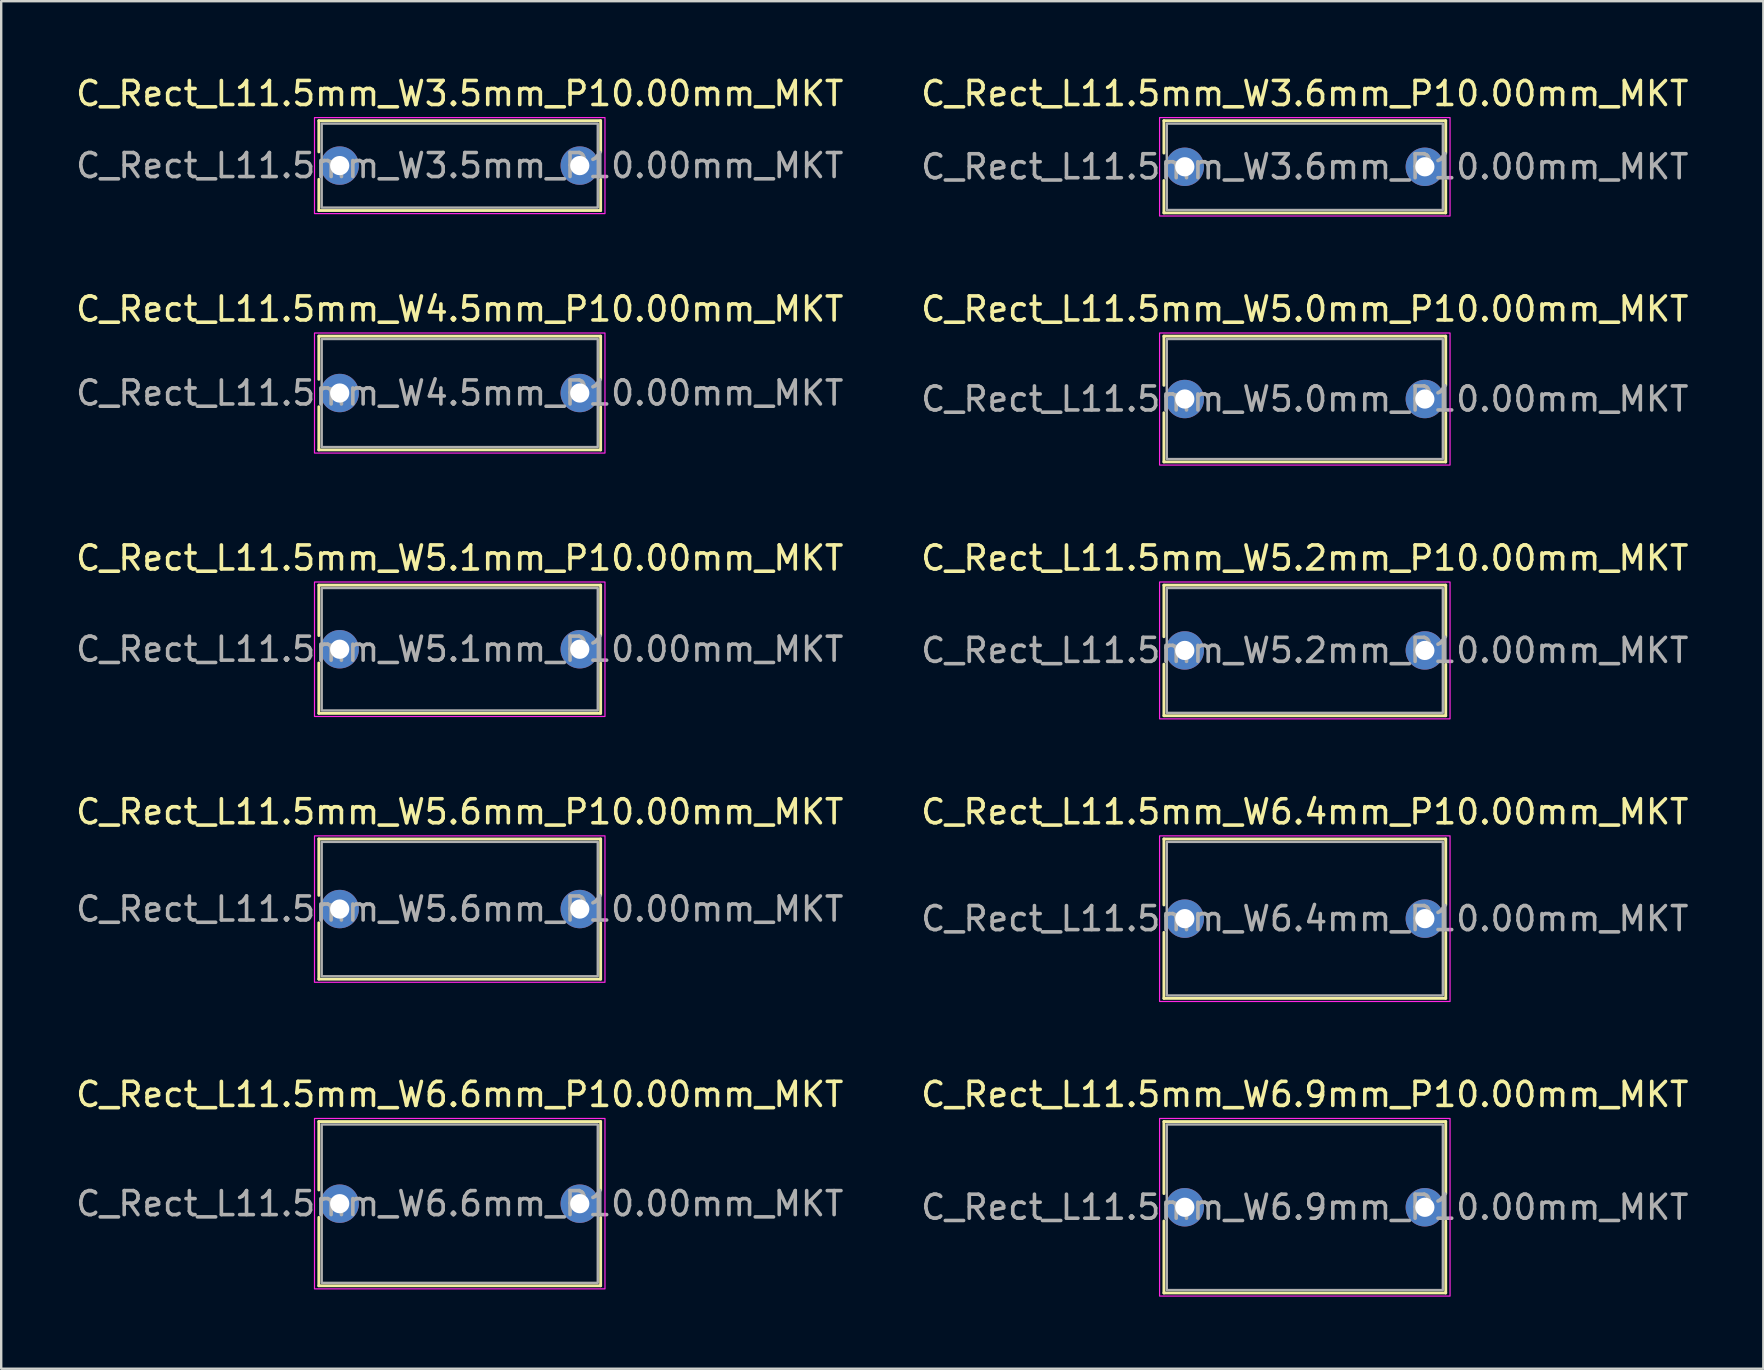
<source format=kicad_pcb>
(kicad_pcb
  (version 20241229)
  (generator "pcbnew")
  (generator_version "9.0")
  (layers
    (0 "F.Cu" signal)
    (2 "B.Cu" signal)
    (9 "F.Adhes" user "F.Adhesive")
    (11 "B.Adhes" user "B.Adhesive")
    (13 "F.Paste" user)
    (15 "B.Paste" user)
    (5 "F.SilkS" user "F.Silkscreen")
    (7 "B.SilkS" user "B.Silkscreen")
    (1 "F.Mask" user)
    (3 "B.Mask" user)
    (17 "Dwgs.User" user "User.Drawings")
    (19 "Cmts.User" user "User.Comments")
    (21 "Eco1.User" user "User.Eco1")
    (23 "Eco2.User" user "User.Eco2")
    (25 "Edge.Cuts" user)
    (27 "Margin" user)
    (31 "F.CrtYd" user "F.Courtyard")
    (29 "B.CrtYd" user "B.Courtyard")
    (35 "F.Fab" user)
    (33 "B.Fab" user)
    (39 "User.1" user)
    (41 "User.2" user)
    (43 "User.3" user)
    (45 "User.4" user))
  (footprint "C_Rect_L11.5mm_W5.1mm_P10.00mm_MKT"
    (layer "F.Cu")
    (at 11.101 23.995)
    (property "Reference" "C_Rect_L11.5mm_W5.1mm_P10.00mm_MKT" (at 5 -3.8 0) (layer "F.SilkS") (effects (font (size 1 1) (thickness 0.15))))
    (attr through_hole)
    (fp_line (start -0.87 -2.67) (end -0.87 -0.57) (stroke (width 0.12) (type solid)) (layer "F.SilkS"))
    (fp_line (start -0.87 -2.67) (end 10.87 -2.67) (stroke (width 0.12) (type solid)) (layer "F.SilkS"))
    (fp_line (start -0.87 0.57) (end -0.87 2.67) (stroke (width 0.12) (type solid)) (layer "F.SilkS"))
    (fp_line (start -0.87 2.67) (end 10.87 2.67) (stroke (width 0.12) (type solid)) (layer "F.SilkS"))
    (fp_line (start 10.87 -2.67) (end 10.87 -0.57) (stroke (width 0.12) (type solid)) (layer "F.SilkS"))
    (fp_line (start 10.87 0.57) (end 10.87 2.67) (stroke (width 0.12) (type solid)) (layer "F.SilkS"))
    (fp_rect (start -1.05 -2.8) (end 11.05 2.8) (stroke (width 0.05) (type solid)) (fill no) (layer "F.CrtYd"))
    (fp_rect (start -0.75 -2.55) (end 10.75 2.55) (stroke (width 0.1) (type solid)) (fill no) (layer "F.Fab"))
    (fp_text user "${REFERENCE}" (at 5 0 0) (layer "F.Fab") (effects (font (size 1 1) (thickness 0.15))))
    (pad "1" thru_hole circle (at 0 0) (size 1.6 1.6) (drill 0.8) (layers "*.Cu" "*.Mask"))
    (pad "2" thru_hole circle (at 10 0) (size 1.6 1.6) (drill 0.8) (layers "*.Cu" "*.Mask")))
  (footprint "C_Rect_L11.5mm_W6.9mm_P10.00mm_MKT"
    (layer "F.Cu")
    (at 46.304 47.241)
    (property "Reference" "C_Rect_L11.5mm_W6.9mm_P10.00mm_MKT" (at 5 -4.7 0) (layer "F.SilkS") (effects (font (size 1 1) (thickness 0.15))))
    (attr through_hole)
    (fp_line (start -0.87 -3.57) (end -0.87 -0.57) (stroke (width 0.12) (type solid)) (layer "F.SilkS"))
    (fp_line (start -0.87 -3.57) (end 10.87 -3.57) (stroke (width 0.12) (type solid)) (layer "F.SilkS"))
    (fp_line (start -0.87 0.57) (end -0.87 3.57) (stroke (width 0.12) (type solid)) (layer "F.SilkS"))
    (fp_line (start -0.87 3.57) (end 10.87 3.57) (stroke (width 0.12) (type solid)) (layer "F.SilkS"))
    (fp_line (start 10.87 -3.57) (end 10.87 -0.57) (stroke (width 0.12) (type solid)) (layer "F.SilkS"))
    (fp_line (start 10.87 0.57) (end 10.87 3.57) (stroke (width 0.12) (type solid)) (layer "F.SilkS"))
    (fp_rect (start -1.05 -3.7) (end 11.05 3.7) (stroke (width 0.05) (type solid)) (fill no) (layer "F.CrtYd"))
    (fp_rect (start -0.75 -3.45) (end 10.75 3.45) (stroke (width 0.1) (type solid)) (fill no) (layer "F.Fab"))
    (fp_text user "${REFERENCE}" (at 5 0 0) (layer "F.Fab") (effects (font (size 1 1) (thickness 0.15))))
    (pad "1" thru_hole circle (at 0 0) (size 1.6 1.6) (drill 0.8) (layers "*.Cu" "*.Mask"))
    (pad "2" thru_hole circle (at 10 0) (size 1.6 1.6) (drill 0.8) (layers "*.Cu" "*.Mask")))
  (footprint "C_Rect_L11.5mm_W4.5mm_P10.00mm_MKT"
    (layer "F.Cu")
    (at 11.101 13.322)
    (property "Reference" "C_Rect_L11.5mm_W4.5mm_P10.00mm_MKT" (at 5 -3.5 0) (layer "F.SilkS") (effects (font (size 1 1) (thickness 0.15))))
    (attr through_hole)
    (fp_line (start -0.87 -2.37) (end -0.87 -0.57) (stroke (width 0.12) (type solid)) (layer "F.SilkS"))
    (fp_line (start -0.87 -2.37) (end 10.87 -2.37) (stroke (width 0.12) (type solid)) (layer "F.SilkS"))
    (fp_line (start -0.87 0.57) (end -0.87 2.37) (stroke (width 0.12) (type solid)) (layer "F.SilkS"))
    (fp_line (start -0.87 2.37) (end 10.87 2.37) (stroke (width 0.12) (type solid)) (layer "F.SilkS"))
    (fp_line (start 10.87 -2.37) (end 10.87 -0.57) (stroke (width 0.12) (type solid)) (layer "F.SilkS"))
    (fp_line (start 10.87 0.57) (end 10.87 2.37) (stroke (width 0.12) (type solid)) (layer "F.SilkS"))
    (fp_rect (start -1.05 -2.5) (end 11.05 2.5) (stroke (width 0.05) (type solid)) (fill no) (layer "F.CrtYd"))
    (fp_rect (start -0.75 -2.25) (end 10.75 2.25) (stroke (width 0.1) (type solid)) (fill no) (layer "F.Fab"))
    (fp_text user "${REFERENCE}" (at 5 0 0) (layer "F.Fab") (effects (font (size 1 1) (thickness 0.15))))
    (pad "1" thru_hole circle (at 0 0) (size 1.6 1.6) (drill 0.8) (layers "*.Cu" "*.Mask"))
    (pad "2" thru_hole circle (at 10 0) (size 1.6 1.6) (drill 0.8) (layers "*.Cu" "*.Mask")))
  (footprint "C_Rect_L11.5mm_W5.6mm_P10.00mm_MKT"
    (layer "F.Cu")
    (at 11.101 34.818)
    (property "Reference" "C_Rect_L11.5mm_W5.6mm_P10.00mm_MKT" (at 5 -4.05 0) (layer "F.SilkS") (effects (font (size 1 1) (thickness 0.15))))
    (attr through_hole)
    (fp_line (start -0.87 -2.92) (end -0.87 -0.57) (stroke (width 0.12) (type solid)) (layer "F.SilkS"))
    (fp_line (start -0.87 -2.92) (end 10.87 -2.92) (stroke (width 0.12) (type solid)) (layer "F.SilkS"))
    (fp_line (start -0.87 0.57) (end -0.87 2.92) (stroke (width 0.12) (type solid)) (layer "F.SilkS"))
    (fp_line (start -0.87 2.92) (end 10.87 2.92) (stroke (width 0.12) (type solid)) (layer "F.SilkS"))
    (fp_line (start 10.87 -2.92) (end 10.87 -0.57) (stroke (width 0.12) (type solid)) (layer "F.SilkS"))
    (fp_line (start 10.87 0.57) (end 10.87 2.92) (stroke (width 0.12) (type solid)) (layer "F.SilkS"))
    (fp_rect (start -1.05 -3.05) (end 11.05 3.05) (stroke (width 0.05) (type solid)) (fill no) (layer "F.CrtYd"))
    (fp_rect (start -0.75 -2.8) (end 10.75 2.8) (stroke (width 0.1) (type solid)) (fill no) (layer "F.Fab"))
    (fp_text user "${REFERENCE}" (at 5 0 0) (layer "F.Fab") (effects (font (size 1 1) (thickness 0.15))))
    (pad "1" thru_hole circle (at 0 0) (size 1.6 1.6) (drill 0.8) (layers "*.Cu" "*.Mask"))
    (pad "2" thru_hole circle (at 10 0) (size 1.6 1.6) (drill 0.8) (layers "*.Cu" "*.Mask")))
  (footprint "C_Rect_L11.5mm_W3.6mm_P10.00mm_MKT"
    (layer "F.Cu")
    (at 46.304 3.898)
    (property "Reference" "C_Rect_L11.5mm_W3.6mm_P10.00mm_MKT" (at 5 -3.05 0) (layer "F.SilkS") (effects (font (size 1 1) (thickness 0.15))))
    (attr through_hole)
    (fp_line (start -0.87 -1.92) (end -0.87 -0.57) (stroke (width 0.12) (type solid)) (layer "F.SilkS"))
    (fp_line (start -0.87 -1.92) (end 10.87 -1.92) (stroke (width 0.12) (type solid)) (layer "F.SilkS"))
    (fp_line (start -0.87 0.57) (end -0.87 1.92) (stroke (width 0.12) (type solid)) (layer "F.SilkS"))
    (fp_line (start -0.87 1.92) (end 10.87 1.92) (stroke (width 0.12) (type solid)) (layer "F.SilkS"))
    (fp_line (start 10.87 -1.92) (end 10.87 -0.57) (stroke (width 0.12) (type solid)) (layer "F.SilkS"))
    (fp_line (start 10.87 0.57) (end 10.87 1.92) (stroke (width 0.12) (type solid)) (layer "F.SilkS"))
    (fp_rect (start -1.05 -2.05) (end 11.05 2.05) (stroke (width 0.05) (type solid)) (fill no) (layer "F.CrtYd"))
    (fp_rect (start -0.75 -1.8) (end 10.75 1.8) (stroke (width 0.1) (type solid)) (fill no) (layer "F.Fab"))
    (fp_text user "${REFERENCE}" (at 5 0 0) (layer "F.Fab") (effects (font (size 1 1) (thickness 0.15))))
    (pad "1" thru_hole circle (at 0 0) (size 1.6 1.6) (drill 0.8) (layers "*.Cu" "*.Mask"))
    (pad "2" thru_hole circle (at 10 0) (size 1.6 1.6) (drill 0.8) (layers "*.Cu" "*.Mask")))
  (footprint "C_Rect_L11.5mm_W5.0mm_P10.00mm_MKT"
    (layer "F.Cu")
    (at 46.304 13.572)
    (property "Reference" "C_Rect_L11.5mm_W5.0mm_P10.00mm_MKT" (at 5 -3.75 0) (layer "F.SilkS") (effects (font (size 1 1) (thickness 0.15))))
    (attr through_hole)
    (fp_line (start -0.87 -2.62) (end -0.87 -0.57) (stroke (width 0.12) (type solid)) (layer "F.SilkS"))
    (fp_line (start -0.87 -2.62) (end 10.87 -2.62) (stroke (width 0.12) (type solid)) (layer "F.SilkS"))
    (fp_line (start -0.87 0.57) (end -0.87 2.62) (stroke (width 0.12) (type solid)) (layer "F.SilkS"))
    (fp_line (start -0.87 2.62) (end 10.87 2.62) (stroke (width 0.12) (type solid)) (layer "F.SilkS"))
    (fp_line (start 10.87 -2.62) (end 10.87 -0.57) (stroke (width 0.12) (type solid)) (layer "F.SilkS"))
    (fp_line (start 10.87 0.57) (end 10.87 2.62) (stroke (width 0.12) (type solid)) (layer "F.SilkS"))
    (fp_rect (start -1.05 -2.75) (end 11.05 2.75) (stroke (width 0.05) (type solid)) (fill no) (layer "F.CrtYd"))
    (fp_rect (start -0.75 -2.5) (end 10.75 2.5) (stroke (width 0.1) (type solid)) (fill no) (layer "F.Fab"))
    (fp_text user "${REFERENCE}" (at 5 0 0) (layer "F.Fab") (effects (font (size 1 1) (thickness 0.15))))
    (pad "1" thru_hole circle (at 0 0) (size 1.6 1.6) (drill 0.8) (layers "*.Cu" "*.Mask"))
    (pad "2" thru_hole circle (at 10 0) (size 1.6 1.6) (drill 0.8) (layers "*.Cu" "*.Mask")))
  (footprint "C_Rect_L11.5mm_W3.5mm_P10.00mm_MKT"
    (layer "F.Cu")
    (at 11.101 3.848)
    (property "Reference" "C_Rect_L11.5mm_W3.5mm_P10.00mm_MKT" (at 5 -3 0) (layer "F.SilkS") (effects (font (size 1 1) (thickness 0.15))))
    (attr through_hole)
    (fp_line (start -0.87 -1.87) (end -0.87 -0.57) (stroke (width 0.12) (type solid)) (layer "F.SilkS"))
    (fp_line (start -0.87 -1.87) (end 10.87 -1.87) (stroke (width 0.12) (type solid)) (layer "F.SilkS"))
    (fp_line (start -0.87 0.57) (end -0.87 1.87) (stroke (width 0.12) (type solid)) (layer "F.SilkS"))
    (fp_line (start -0.87 1.87) (end 10.87 1.87) (stroke (width 0.12) (type solid)) (layer "F.SilkS"))
    (fp_line (start 10.87 -1.87) (end 10.87 -0.57) (stroke (width 0.12) (type solid)) (layer "F.SilkS"))
    (fp_line (start 10.87 0.57) (end 10.87 1.87) (stroke (width 0.12) (type solid)) (layer "F.SilkS"))
    (fp_rect (start -1.05 -2) (end 11.05 2) (stroke (width 0.05) (type solid)) (fill no) (layer "F.CrtYd"))
    (fp_rect (start -0.75 -1.75) (end 10.75 1.75) (stroke (width 0.1) (type solid)) (fill no) (layer "F.Fab"))
    (fp_text user "${REFERENCE}" (at 5 0 0) (layer "F.Fab") (effects (font (size 1 1) (thickness 0.15))))
    (pad "1" thru_hole circle (at 0 0) (size 1.6 1.6) (drill 0.8) (layers "*.Cu" "*.Mask"))
    (pad "2" thru_hole circle (at 10 0) (size 1.6 1.6) (drill 0.8) (layers "*.Cu" "*.Mask")))
  (footprint "C_Rect_L11.5mm_W6.4mm_P10.00mm_MKT"
    (layer "F.Cu")
    (at 46.304 35.218)
    (property "Reference" "C_Rect_L11.5mm_W6.4mm_P10.00mm_MKT" (at 5 -4.45 0) (layer "F.SilkS") (effects (font (size 1 1) (thickness 0.15))))
    (attr through_hole)
    (fp_line (start -0.87 -3.32) (end -0.87 -0.57) (stroke (width 0.12) (type solid)) (layer "F.SilkS"))
    (fp_line (start -0.87 -3.32) (end 10.87 -3.32) (stroke (width 0.12) (type solid)) (layer "F.SilkS"))
    (fp_line (start -0.87 0.57) (end -0.87 3.32) (stroke (width 0.12) (type solid)) (layer "F.SilkS"))
    (fp_line (start -0.87 3.32) (end 10.87 3.32) (stroke (width 0.12) (type solid)) (layer "F.SilkS"))
    (fp_line (start 10.87 -3.32) (end 10.87 -0.57) (stroke (width 0.12) (type solid)) (layer "F.SilkS"))
    (fp_line (start 10.87 0.57) (end 10.87 3.32) (stroke (width 0.12) (type solid)) (layer "F.SilkS"))
    (fp_rect (start -1.05 -3.45) (end 11.05 3.45) (stroke (width 0.05) (type solid)) (fill no) (layer "F.CrtYd"))
    (fp_rect (start -0.75 -3.2) (end 10.75 3.2) (stroke (width 0.1) (type solid)) (fill no) (layer "F.Fab"))
    (fp_text user "${REFERENCE}" (at 5 0 0) (layer "F.Fab") (effects (font (size 1 1) (thickness 0.15))))
    (pad "1" thru_hole circle (at 0 0) (size 1.6 1.6) (drill 0.8) (layers "*.Cu" "*.Mask"))
    (pad "2" thru_hole circle (at 10 0) (size 1.6 1.6) (drill 0.8) (layers "*.Cu" "*.Mask")))
  (footprint "C_Rect_L11.5mm_W5.2mm_P10.00mm_MKT"
    (layer "F.Cu")
    (at 46.304 24.045)
    (property "Reference" "C_Rect_L11.5mm_W5.2mm_P10.00mm_MKT" (at 5 -3.85 0) (layer "F.SilkS") (effects (font (size 1 1) (thickness 0.15))))
    (attr through_hole)
    (fp_line (start -0.87 -2.72) (end -0.87 -0.57) (stroke (width 0.12) (type solid)) (layer "F.SilkS"))
    (fp_line (start -0.87 -2.72) (end 10.87 -2.72) (stroke (width 0.12) (type solid)) (layer "F.SilkS"))
    (fp_line (start -0.87 0.57) (end -0.87 2.72) (stroke (width 0.12) (type solid)) (layer "F.SilkS"))
    (fp_line (start -0.87 2.72) (end 10.87 2.72) (stroke (width 0.12) (type solid)) (layer "F.SilkS"))
    (fp_line (start 10.87 -2.72) (end 10.87 -0.57) (stroke (width 0.12) (type solid)) (layer "F.SilkS"))
    (fp_line (start 10.87 0.57) (end 10.87 2.72) (stroke (width 0.12) (type solid)) (layer "F.SilkS"))
    (fp_rect (start -1.05 -2.85) (end 11.05 2.85) (stroke (width 0.05) (type solid)) (fill no) (layer "F.CrtYd"))
    (fp_rect (start -0.75 -2.6) (end 10.75 2.6) (stroke (width 0.1) (type solid)) (fill no) (layer "F.Fab"))
    (fp_text user "${REFERENCE}" (at 5 0 0) (layer "F.Fab") (effects (font (size 1 1) (thickness 0.15))))
    (pad "1" thru_hole circle (at 0 0) (size 1.6 1.6) (drill 0.8) (layers "*.Cu" "*.Mask"))
    (pad "2" thru_hole circle (at 10 0) (size 1.6 1.6) (drill 0.8) (layers "*.Cu" "*.Mask")))
  (footprint "C_Rect_L11.5mm_W6.6mm_P10.00mm_MKT"
    (layer "F.Cu")
    (at 11.101 47.091)
    (property "Reference" "C_Rect_L11.5mm_W6.6mm_P10.00mm_MKT" (at 5 -4.55 0) (layer "F.SilkS") (effects (font (size 1 1) (thickness 0.15))))
    (attr through_hole)
    (fp_line (start -0.87 -3.42) (end -0.87 -0.57) (stroke (width 0.12) (type solid)) (layer "F.SilkS"))
    (fp_line (start -0.87 -3.42) (end 10.87 -3.42) (stroke (width 0.12) (type solid)) (layer "F.SilkS"))
    (fp_line (start -0.87 0.57) (end -0.87 3.42) (stroke (width 0.12) (type solid)) (layer "F.SilkS"))
    (fp_line (start -0.87 3.42) (end 10.87 3.42) (stroke (width 0.12) (type solid)) (layer "F.SilkS"))
    (fp_line (start 10.87 -3.42) (end 10.87 -0.57) (stroke (width 0.12) (type solid)) (layer "F.SilkS"))
    (fp_line (start 10.87 0.57) (end 10.87 3.42) (stroke (width 0.12) (type solid)) (layer "F.SilkS"))
    (fp_rect (start -1.05 -3.55) (end 11.05 3.55) (stroke (width 0.05) (type solid)) (fill no) (layer "F.CrtYd"))
    (fp_rect (start -0.75 -3.3) (end 10.75 3.3) (stroke (width 0.1) (type solid)) (fill no) (layer "F.Fab"))
    (fp_text user "${REFERENCE}" (at 5 0 0) (layer "F.Fab") (effects (font (size 1 1) (thickness 0.15))))
    (pad "1" thru_hole circle (at 0 0) (size 1.6 1.6) (drill 0.8) (layers "*.Cu" "*.Mask"))
    (pad "2" thru_hole circle (at 10 0) (size 1.6 1.6) (drill 0.8) (layers "*.Cu" "*.Mask")))
  (gr_rect
    (start -3 -3)
    (end 70.405 53.966)
    (stroke (width 0.1) (type default))
    (fill no)
    (layer "Edge.Cuts")))
</source>
